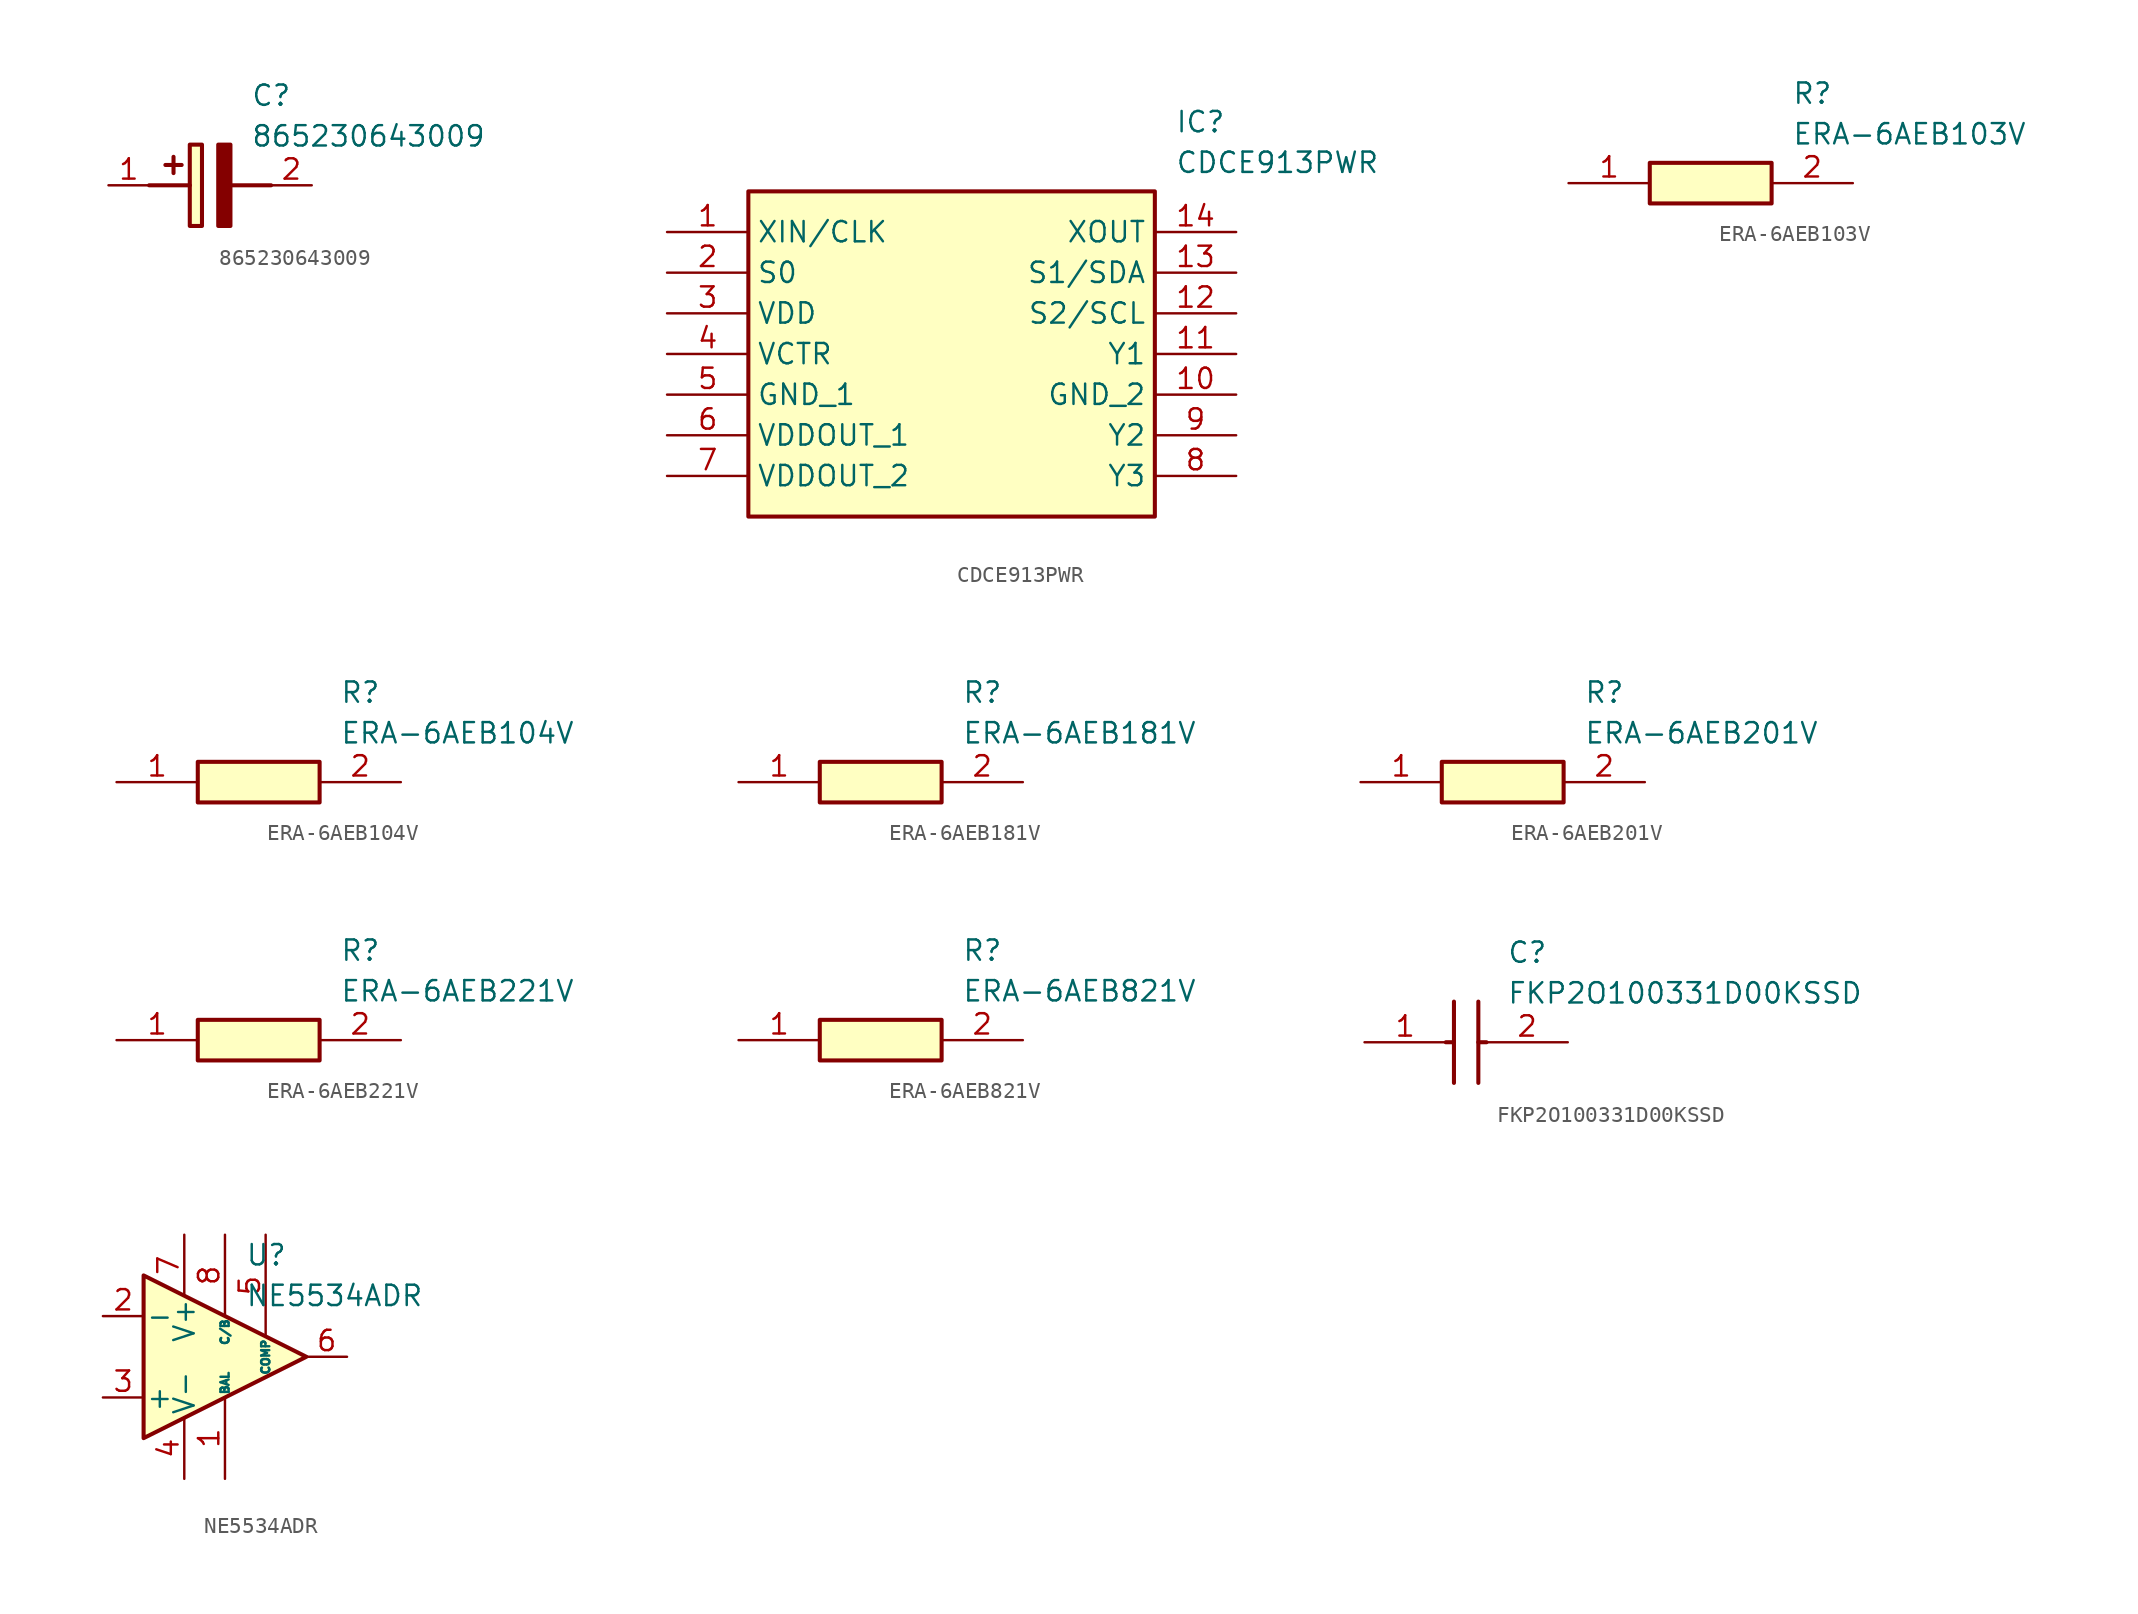
<source format=kicad_sym>
(kicad_symbol_lib
  (version 20241209)
  (generator "kicad_symbol_editor")
  (generator_version "9.0")
  (symbol "865230643009"
    (pin_names hide)
    (property "Reference" "C"
      (at 8.89 6.35 0)
      (effects (font (size 1.27 1.27)) (justify left top)))
    (property "Value" "865230643009"
      (at 8.89 3.81 0)
      (effects (font (size 1.27 1.27)) (justify left top)))
    (rectangle
      (start 5.08 2.54)
      (end 5.842 -2.54)
      (stroke (width 0.254) (type default))
      (fill (type background)))
    (polyline
      (pts (xy 4.572 1.27) (xy 3.556 1.27))
      (stroke (width 0.254) (type default))
      (fill (type none)))
    (polyline
      (pts (xy 4.064 1.778) (xy 4.064 0.762))
      (stroke (width 0.254) (type default))
      (fill (type none)))
    (polyline
      (pts (xy 2.54 0) (xy 5.08 0))
      (stroke (width 0.254) (type default))
      (fill (type none)))
    (polyline
      (pts (xy 7.62 0) (xy 10.16 0))
      (stroke (width 0.254) (type default))
      (fill (type none)))
    (polyline
      (pts (xy 7.62 2.54) (xy 7.62 -2.54) (xy 6.858 -2.54) (xy 6.858 2.54) (xy 7.62 2.54))
      (stroke (width 0.254) (type default))
      (fill (type outline)))
    (pin passive line
      (at 0 0 0)
      (length 2.54)
      (name "+" (effects (font (size 1.27 1.27))))
      (number "1" (effects (font (size 1.27 1.27)))))
    (pin passive line
      (at 12.7 0 180)
      (length 2.54)
      (name "-" (effects (font (size 1.27 1.27))))
      (number "2" (effects (font (size 1.27 1.27))))))
  (symbol "CDCE913PWR"
    (property "Reference" "IC"
      (at 31.75 7.62 0)
      (effects (font (size 1.27 1.27)) (justify left top)))
    (property "Value" "CDCE913PWR"
      (at 31.75 5.08 0)
      (effects (font (size 1.27 1.27)) (justify left top)))
    (rectangle
      (start 5.08 2.54)
      (end 30.48 -17.78)
      (stroke (width 0.254) (type default))
      (fill (type background)))
    (pin passive line
      (at 0 0 0)
      (length 5.08)
      (name "XIN/CLK" (effects (font (size 1.27 1.27))))
      (number "1" (effects (font (size 1.27 1.27)))))
    (pin passive line
      (at 0 -2.54 0)
      (length 5.08)
      (name "S0" (effects (font (size 1.27 1.27))))
      (number "2" (effects (font (size 1.27 1.27)))))
    (pin passive line
      (at 0 -5.08 0)
      (length 5.08)
      (name "VDD" (effects (font (size 1.27 1.27))))
      (number "3" (effects (font (size 1.27 1.27)))))
    (pin passive line
      (at 0 -7.62 0)
      (length 5.08)
      (name "VCTR" (effects (font (size 1.27 1.27))))
      (number "4" (effects (font (size 1.27 1.27)))))
    (pin passive line
      (at 0 -10.16 0)
      (length 5.08)
      (name "GND_1" (effects (font (size 1.27 1.27))))
      (number "5" (effects (font (size 1.27 1.27)))))
    (pin passive line
      (at 0 -12.7 0)
      (length 5.08)
      (name "VDDOUT_1" (effects (font (size 1.27 1.27))))
      (number "6" (effects (font (size 1.27 1.27)))))
    (pin passive line
      (at 0 -15.24 0)
      (length 5.08)
      (name "VDDOUT_2" (effects (font (size 1.27 1.27))))
      (number "7" (effects (font (size 1.27 1.27)))))
    (pin passive line
      (at 35.56 0 180)
      (length 5.08)
      (name "XOUT" (effects (font (size 1.27 1.27))))
      (number "14" (effects (font (size 1.27 1.27)))))
    (pin passive line
      (at 35.56 -2.54 180)
      (length 5.08)
      (name "S1/SDA" (effects (font (size 1.27 1.27))))
      (number "13" (effects (font (size 1.27 1.27)))))
    (pin passive line
      (at 35.56 -5.08 180)
      (length 5.08)
      (name "S2/SCL" (effects (font (size 1.27 1.27))))
      (number "12" (effects (font (size 1.27 1.27)))))
    (pin passive line
      (at 35.56 -7.62 180)
      (length 5.08)
      (name "Y1" (effects (font (size 1.27 1.27))))
      (number "11" (effects (font (size 1.27 1.27)))))
    (pin passive line
      (at 35.56 -10.16 180)
      (length 5.08)
      (name "GND_2" (effects (font (size 1.27 1.27))))
      (number "10" (effects (font (size 1.27 1.27)))))
    (pin passive line
      (at 35.56 -12.7 180)
      (length 5.08)
      (name "Y2" (effects (font (size 1.27 1.27))))
      (number "9" (effects (font (size 1.27 1.27)))))
    (pin passive line
      (at 35.56 -15.24 180)
      (length 5.08)
      (name "Y3" (effects (font (size 1.27 1.27))))
      (number "8" (effects (font (size 1.27 1.27))))))
  (symbol "ERA-6AEB103V"
    (pin_names hide)
    (property "Reference" "R"
      (at 13.97 6.35 0)
      (effects (font (size 1.27 1.27)) (justify left top)))
    (property "Value" "ERA-6AEB103V"
      (at 13.97 3.81 0)
      (effects (font (size 1.27 1.27)) (justify left top)))
    (rectangle
      (start 5.08 1.27)
      (end 12.7 -1.27)
      (stroke (width 0.254) (type default))
      (fill (type background)))
    (pin passive line
      (at 0 0 0)
      (length 5.08)
      (name "1" (effects (font (size 1.27 1.27))))
      (number "1" (effects (font (size 1.27 1.27)))))
    (pin passive line
      (at 17.78 0 180)
      (length 5.08)
      (name "2" (effects (font (size 1.27 1.27))))
      (number "2" (effects (font (size 1.27 1.27))))))
  (symbol "ERA-6AEB104V"
    (pin_names hide)
    (property "Reference" "R"
      (at 13.97 6.35 0)
      (effects (font (size 1.27 1.27)) (justify left top)))
    (property "Value" "ERA-6AEB104V"
      (at 13.97 3.81 0)
      (effects (font (size 1.27 1.27)) (justify left top)))
    (rectangle
      (start 5.08 1.27)
      (end 12.7 -1.27)
      (stroke (width 0.254) (type default))
      (fill (type background)))
    (pin passive line
      (at 0 0 0)
      (length 5.08)
      (name "1" (effects (font (size 1.27 1.27))))
      (number "1" (effects (font (size 1.27 1.27)))))
    (pin passive line
      (at 17.78 0 180)
      (length 5.08)
      (name "2" (effects (font (size 1.27 1.27))))
      (number "2" (effects (font (size 1.27 1.27))))))
  (symbol "ERA-6AEB181V"
    (pin_names
      (hide yes))
    (property "Reference" "R"
      (at 13.97 6.35 0)
      (effects (font (size 1.27 1.27)) (justify left top)))
    (property "Value" "ERA-6AEB181V"
      (at 13.97 3.81 0)
      (effects (font (size 1.27 1.27)) (justify left top)))
    (symbol "ERA-6AEB181V_1_1"
      (rectangle (start 5.08 1.27) (end 12.7 -1.27) (stroke (width 0.254) (type default)) (fill (type background)))
      (pin passive line (at 0 0 0) (length 5.08) (name "1" (effects (font (size 1.27 1.27)))) (number "1" (effects (font (size 1.27 1.27)))))
      (pin passive line (at 17.78 0 180) (length 5.08) (name "2" (effects (font (size 1.27 1.27)))) (number "2" (effects (font (size 1.27 1.27)))))))
  (symbol "ERA-6AEB201V"
    (pin_names
      (hide yes))
    (property "Reference" "R"
      (at 13.97 6.35 0)
      (effects (font (size 1.27 1.27)) (justify left top)))
    (property "Value" "ERA-6AEB201V"
      (at 13.97 3.81 0)
      (effects (font (size 1.27 1.27)) (justify left top)))
    (symbol "ERA-6AEB201V_1_1"
      (rectangle (start 5.08 1.27) (end 12.7 -1.27) (stroke (width 0.254) (type default)) (fill (type background)))
      (pin passive line (at 0 0 0) (length 5.08) (name "1" (effects (font (size 1.27 1.27)))) (number "1" (effects (font (size 1.27 1.27)))))
      (pin passive line (at 17.78 0 180) (length 5.08) (name "2" (effects (font (size 1.27 1.27)))) (number "2" (effects (font (size 1.27 1.27)))))))
  (symbol "ERA-6AEB221V"
    (pin_names
      (hide yes))
    (property "Reference" "R"
      (at 13.97 6.35 0)
      (effects (font (size 1.27 1.27)) (justify left top)))
    (property "Value" "ERA-6AEB221V"
      (at 13.97 3.81 0)
      (effects (font (size 1.27 1.27)) (justify left top)))
    (symbol "ERA-6AEB221V_1_1"
      (rectangle (start 5.08 1.27) (end 12.7 -1.27) (stroke (width 0.254) (type default)) (fill (type background)))
      (pin passive line (at 0 0 0) (length 5.08) (name "1" (effects (font (size 1.27 1.27)))) (number "1" (effects (font (size 1.27 1.27)))))
      (pin passive line (at 17.78 0 180) (length 5.08) (name "2" (effects (font (size 1.27 1.27)))) (number "2" (effects (font (size 1.27 1.27)))))))
  (symbol "ERA-6AEB821V"
    (pin_names
      (hide yes))
    (property "Reference" "R"
      (at 13.97 6.35 0)
      (effects (font (size 1.27 1.27)) (justify left top)))
    (property "Value" "ERA-6AEB821V"
      (at 13.97 3.81 0)
      (effects (font (size 1.27 1.27)) (justify left top)))
    (symbol "ERA-6AEB821V_1_1"
      (rectangle (start 5.08 1.27) (end 12.7 -1.27) (stroke (width 0.254) (type default)) (fill (type background)))
      (pin passive line (at 0 0 0) (length 5.08) (name "1" (effects (font (size 1.27 1.27)))) (number "1" (effects (font (size 1.27 1.27)))))
      (pin passive line (at 17.78 0 180) (length 5.08) (name "2" (effects (font (size 1.27 1.27)))) (number "2" (effects (font (size 1.27 1.27)))))))
  (symbol "FKP2O100331D00KSSD"
    (pin_names
      (hide yes))
    (property "Reference" "C"
      (at 8.89 6.35 0)
      (effects (font (size 1.27 1.27)) (justify left top)))
    (property "Value" "FKP2O100331D00KSSD"
      (at 8.89 3.81 0)
      (effects (font (size 1.27 1.27)) (justify left top)))
    (symbol "FKP2O100331D00KSSD_1_1"
      (polyline (pts (xy 5.08 0) (xy 5.588 0)) (stroke (width 0.254) (type default)) (fill (type none)))
      (polyline (pts (xy 5.588 2.54) (xy 5.588 -2.54)) (stroke (width 0.254) (type default)) (fill (type none)))
      (polyline (pts (xy 7.112 2.54) (xy 7.112 -2.54)) (stroke (width 0.254) (type default)) (fill (type none)))
      (polyline (pts (xy 7.112 0) (xy 7.62 0)) (stroke (width 0.254) (type default)) (fill (type none)))
      (pin passive line (at 0 0 0) (length 5.08) (name "1" (effects (font (size 1.27 1.27)))) (number "1" (effects (font (size 1.27 1.27)))))
      (pin passive line (at 12.7 0 180) (length 5.08) (name "2" (effects (font (size 1.27 1.27)))) (number "2" (effects (font (size 1.27 1.27)))))))
  (symbol "NE5534ADR"
    (pin_names
      (offset 0.127))
    (property "Reference" "U"
      (at 1.27 6.35 0)
      (effects (font (size 1.27 1.27)) (justify left)))
    (property "Value" "NE5534ADR"
      (at 1.27 3.81 0)
      (effects (font (size 1.27 1.27)) (justify left)))
    (symbol "NE5534ADR_0_1"
      (polyline (pts (xy -5.08 5.08) (xy 5.08 0) (xy -5.08 -5.08) (xy -5.08 5.08)) (stroke (width 0.254) (type default)) (fill (type background))))
    (symbol "NE5534ADR_1_1"
      (pin input line (at -7.62 2.54 0) (length 2.54) (name "-" (effects (font (size 1.27 1.27)))) (number "2" (effects (font (size 1.27 1.27)))))
      (pin input line (at -7.62 -2.54 0) (length 2.54) (name "+" (effects (font (size 1.27 1.27)))) (number "3" (effects (font (size 1.27 1.27)))))
      (pin power_in line (at -2.54 7.62 270) (length 3.81) (name "V+" (effects (font (size 1.27 1.27)))) (number "7" (effects (font (size 1.27 1.27)))))
      (pin power_in line (at -2.54 -7.62 90) (length 3.81) (name "V-" (effects (font (size 1.27 1.27)))) (number "4" (effects (font (size 1.27 1.27)))))
      (pin input line (at 0 7.62 270) (length 5.08) (name "C/B" (effects (font (size 0.508 0.508)))) (number "8" (effects (font (size 1.27 1.27)))))
      (pin input line (at 0 -7.62 90) (length 5.08) (name "BAL" (effects (font (size 0.508 0.508)))) (number "1" (effects (font (size 1.27 1.27)))))
      (pin input line (at 2.54 7.62 270) (length 6.35) (name "COMP" (effects (font (size 0.508 0.508)))) (number "5" (effects (font (size 1.27 1.27)))))
      (pin output line (at 7.62 0 180) (length 2.54) (name "~" (effects (font (size 1.27 1.27)))) (number "6" (effects (font (size 1.27 1.27))))))))
</source>
